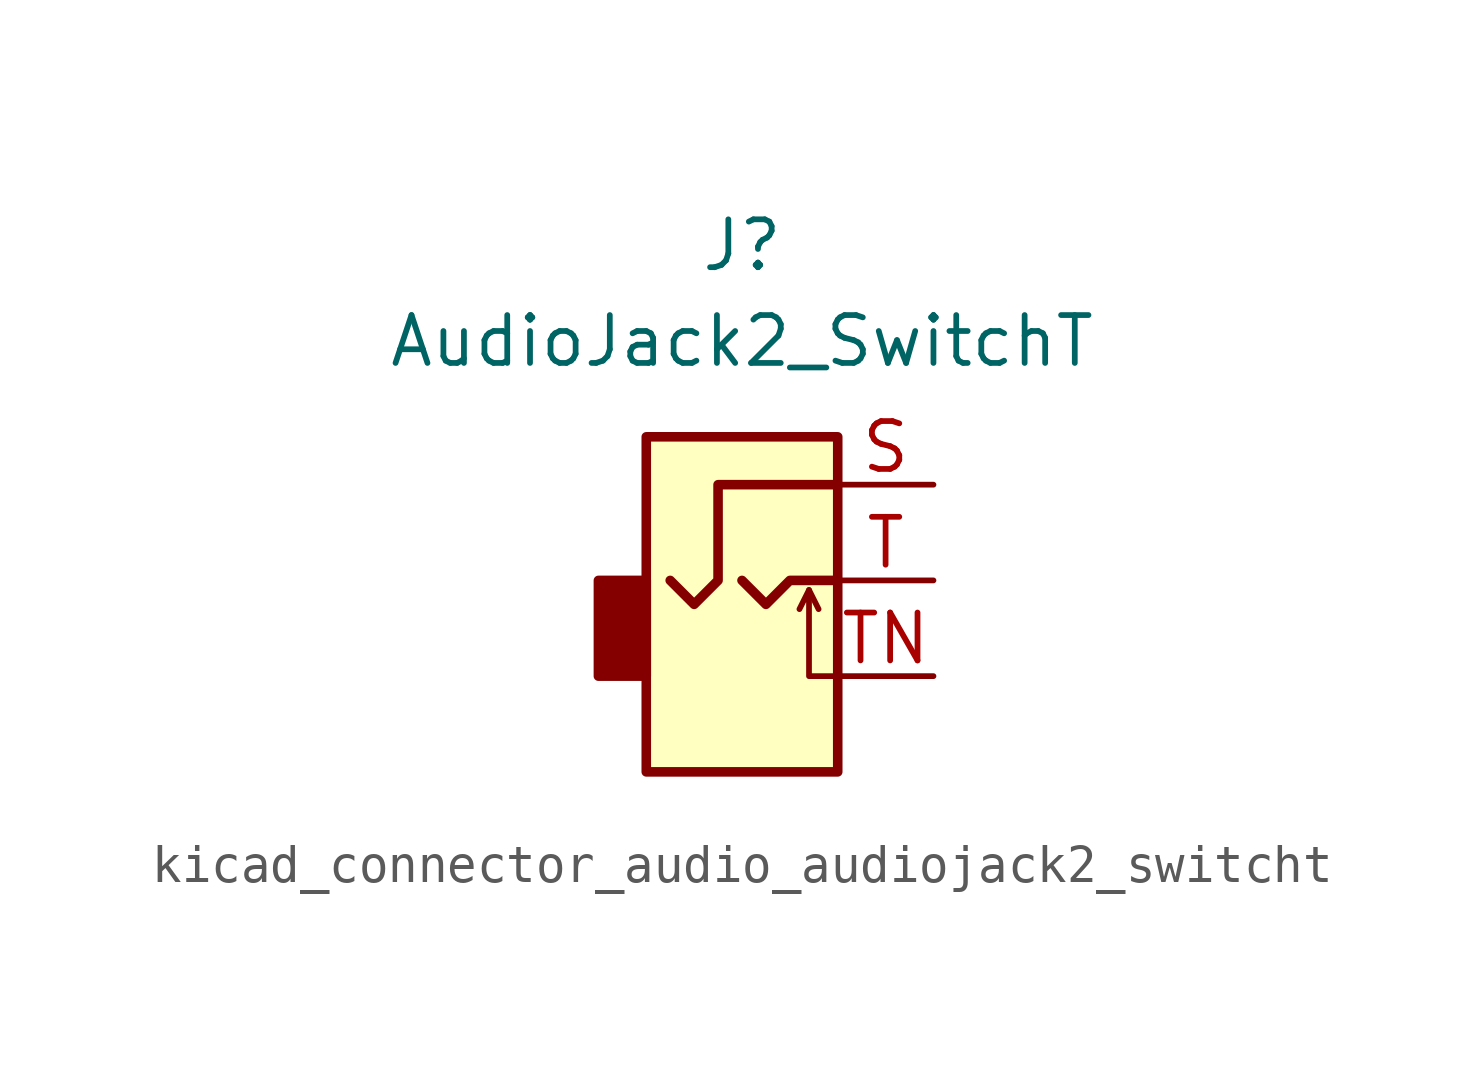
<source format=kicad_sym>
(kicad_symbol_lib
  (version 20220914)
  (generator kicad_symbol_editor)
  (symbol "kicad_connector_audio_audiojack2_switcht"
    (property "Reference" "J"
      (at 0 8.89 0)
      (effects (font (size 1.27 1.27))))
    (property "Value" "AudioJack2_SwitchT"
      (at 0 6.35 0)
      (effects (font (size 1.27 1.27))))
    (symbol "kicad_connector_audio_audiojack2_switcht_0_1"
      (rectangle (start -2.54 0) (end -3.81 -2.54) (stroke (width 0.254) (type default)) (fill (type outline)))
      (polyline (pts (xy 1.778 -0.254) (xy 2.032 -0.762)) (stroke (width 0) (type default)) (fill (type none)))
      (polyline (pts (xy 0 0) (xy 0.635 -0.635) (xy 1.27 0) (xy 2.54 0)) (stroke (width 0.254) (type default)) (fill (type none)))
      (polyline (pts (xy 2.54 -2.54) (xy 1.778 -2.54) (xy 1.778 -0.254) (xy 1.524 -0.762)) (stroke (width 0) (type default)) (fill (type none)))
      (polyline (pts (xy 2.54 2.54) (xy -0.635 2.54) (xy -0.635 0) (xy -1.27 -0.635) (xy -1.905 0)) (stroke (width 0.254) (type default)) (fill (type none)))
      (rectangle (start 2.54 3.81) (end -2.54 -5.08) (stroke (width 0.254) (type default)) (fill (type background))))
    (symbol "kicad_connector_audio_audiojack2_switcht_1_1"
      (pin passive line (at 5.08 2.54 180) (length 2.54) (name "~" (effects (font (size 1.27 1.27)))) (number "S" (effects (font (size 1.27 1.27)))))
      (pin passive line (at 5.08 0 180) (length 2.54) (name "~" (effects (font (size 1.27 1.27)))) (number "T" (effects (font (size 1.27 1.27)))))
      (pin passive line (at 5.08 -2.54 180) (length 2.54) (name "~" (effects (font (size 1.27 1.27)))) (number "TN" (effects (font (size 1.27 1.27))))))))
</source>
